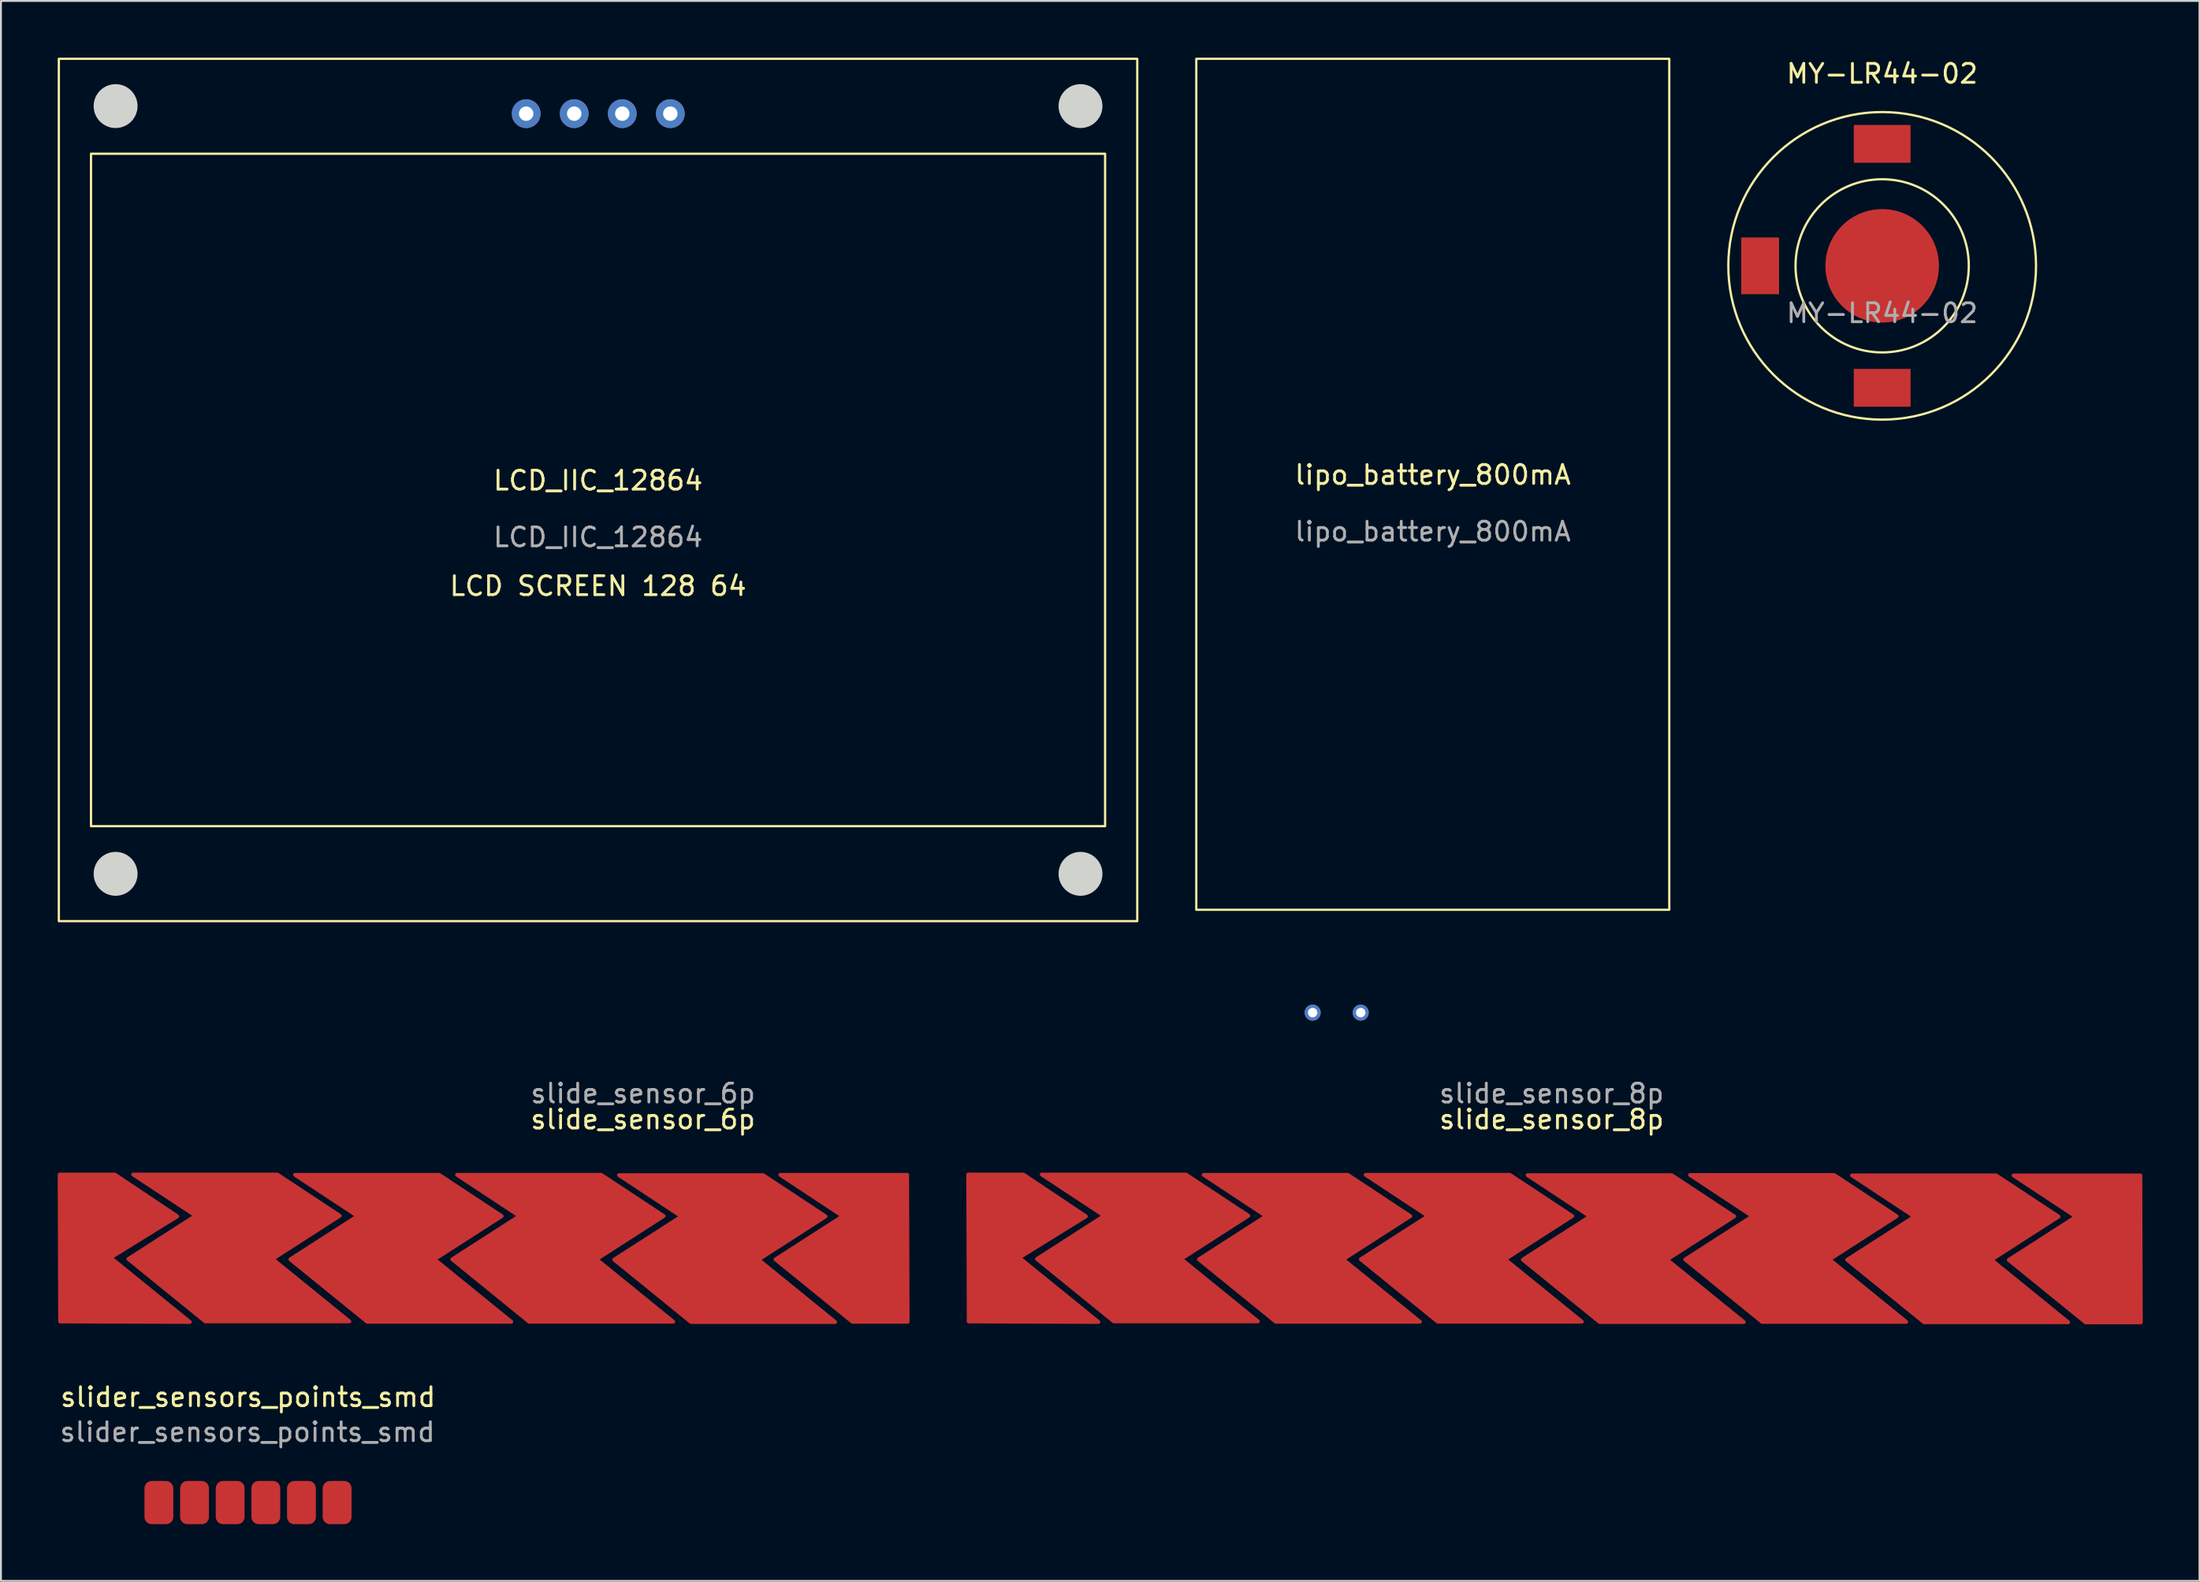
<source format=kicad_pcb>
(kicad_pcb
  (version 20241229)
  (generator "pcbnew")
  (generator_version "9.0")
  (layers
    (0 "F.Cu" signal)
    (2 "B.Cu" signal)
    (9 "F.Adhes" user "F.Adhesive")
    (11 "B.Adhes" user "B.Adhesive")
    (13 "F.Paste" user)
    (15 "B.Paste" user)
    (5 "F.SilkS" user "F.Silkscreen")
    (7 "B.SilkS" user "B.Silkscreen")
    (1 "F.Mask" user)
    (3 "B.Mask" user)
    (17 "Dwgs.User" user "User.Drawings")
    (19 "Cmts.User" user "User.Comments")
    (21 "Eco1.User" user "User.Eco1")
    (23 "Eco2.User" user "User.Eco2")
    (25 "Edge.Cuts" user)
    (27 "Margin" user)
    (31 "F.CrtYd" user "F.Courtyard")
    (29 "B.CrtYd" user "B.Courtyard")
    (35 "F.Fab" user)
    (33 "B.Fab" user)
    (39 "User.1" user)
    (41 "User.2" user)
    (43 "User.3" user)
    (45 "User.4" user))
  (footprint "lipo_battery_800mA"
    (layer "F.Cu")
    (at 72.68 22.56)
    (property "Reference" "lipo_battery_800mA" (at 0 -0.5 0) (unlocked yes) (layer "F.SilkS") (effects (font (size 1 1) (thickness 0.15))))
    (attr smd)
    (fp_rect (start -12.5 -22.5) (end 12.5 22.5) (stroke (width 0.12) (type solid)) (fill no) (layer "F.SilkS"))
    (fp_text user "${REFERENCE}" (at 0 2.5 0) (unlocked yes) (layer "F.Fab") (effects (font (size 1 1) (thickness 0.15))))
    (pad "1" thru_hole oval (at -6.35 27.94) (size 0.85 0.85) (drill 0.5) (layers "*.Cu" "*.Mask"))
    (pad "2" thru_hole oval (at -3.81 27.94) (size 0.85 0.85) (drill 0.5) (layers "*.Cu" "*.Mask")))
  (footprint "LCD_IIC_12864"
    (layer "F.Cu")
    (at 28.56 22.86)
    (property "Reference" "LCD_IIC_12864" (at 0 -0.5 0) (unlocked yes) (layer "F.SilkS") (effects (font (size 1 1) (thickness 0.15))))
    (attr through_hole)
    (fp_rect (start -28.5 -22.8) (end 28.5 22.8) (stroke (width 0.12) (type solid)) (fill no) (layer "F.SilkS"))
    (fp_rect (start -26.8 -17.78) (end 26.8 17.78) (stroke (width 0.12) (type solid)) (fill no) (layer "F.SilkS"))
    (fp_circle (center -25.5 -20.3) (end -24.4 -20.3) (stroke (width 0.12) (type solid)) (fill yes) (layer "Edge.Cuts"))
    (fp_circle (center -25.5 20.3) (end -24.4 20.3) (stroke (width 0.12) (type solid)) (fill yes) (layer "Edge.Cuts"))
    (fp_circle (center 25.5 -20.3) (end 26.6 -20.3) (stroke (width 0.12) (type solid)) (fill yes) (layer "Edge.Cuts"))
    (fp_circle (center 25.5 20.3) (end 26.6 20.3) (stroke (width 0.12) (type solid)) (fill yes) (layer "Edge.Cuts"))
    (fp_text user "LCD SCREEN 128 64" (at 0 5.08 0) (unlocked yes) (layer "F.SilkS") (effects (font (size 1 1) (thickness 0.15))))
    (fp_text user "${REFERENCE}" (at 0 2.5 0) (unlocked yes) (layer "F.Fab") (effects (font (size 1 1) (thickness 0.15))))
    (pad "1" thru_hole circle (at -3.8 -19.9) (size 1.524 1.524) (drill 0.762) (layers "*.Cu" "*.Mask"))
    (pad "2" thru_hole circle (at -1.26 -19.9) (size 1.524 1.524) (drill 0.762) (layers "*.Cu" "*.Mask"))
    (pad "3" thru_hole circle (at 3.82 -19.9) (size 1.524 1.524) (drill 0.762) (layers "*.Cu" "*.Mask"))
    (pad "4" thru_hole circle (at 1.28 -19.9) (size 1.524 1.524) (drill 0.762) (layers "*.Cu" "*.Mask")))
  (footprint "slider_sensors_points_smd"
    (layer "F.Cu")
    (at 10.07 76.399)
    (property "Reference" "slider_sensors_points_smd" (at -0.01 -5.57 0) (unlocked yes) (layer "F.SilkS") (effects (font (size 1 1) (thickness 0.15))))
    (attr smd)
    (fp_text user "${REFERENCE}" (at -0.04 -3.72 0) (unlocked yes) (layer "F.Fab") (effects (font (size 1 1) (thickness 0.15))))
    (pad "1" smd roundrect (at -4.722 0.01 90) (size 2.286 1.524) (layers "F.Cu" "F.Mask" "F.Paste") (roundrect_rratio 0.25))
    (pad "2" smd roundrect (at -2.838 0.01 90) (size 2.286 1.524) (layers "F.Cu" "F.Mask" "F.Paste") (roundrect_rratio 0.25))
    (pad "3" smd roundrect (at -0.954 0.01 90) (size 2.286 1.524) (layers "F.Cu" "F.Mask" "F.Paste") (roundrect_rratio 0.25))
    (pad "4" smd roundrect (at 0.93 0.01 90) (size 2.286 1.524) (layers "F.Cu" "F.Mask" "F.Paste") (roundrect_rratio 0.25))
    (pad "5" smd roundrect (at 2.814 0.01 90) (size 2.286 1.524) (layers "F.Cu" "F.Mask" "F.Paste") (roundrect_rratio 0.25))
    (pad "6" smd roundrect (at 4.698 0.01 90) (size 2.286 1.524) (layers "F.Cu" "F.Mask" "F.Paste") (roundrect_rratio 0.25)))
  (footprint "slide_sensor_6p"
    (layer "F.Cu")
    (at 30.885 64.273)
    (property "Reference" "slide_sensor_6p" (at 0.051 -8.128 0) (unlocked yes) (layer "F.SilkS") (effects (font (size 1 1) (thickness 0.15))))
    (attr smd)
    (fp_poly (pts (xy -30.785 -5.211) (xy -27.864 -5.211) (xy -24.562 -3.001) (xy -28.092 -0.817) (xy -23.901 2.587) (xy -30.759 2.561)) (stroke (width 0.2) (type solid)) (fill yes) (layer "F.Cu"))
    (fp_poly (pts (xy 14.039 2.577) (xy 11.118 2.577) (xy 7.054 -0.725) (xy 10.61 -3.011) (xy 7.308 -5.196) (xy 14.014 -5.196)) (stroke (width 0.2) (type solid)) (fill yes) (layer "F.Cu"))
    (fp_poly (pts (xy -15.976 -3.032) (xy -19.532 -0.746) (xy -15.468 2.556) (xy -23.088 2.556) (xy -27.152 -0.746) (xy -23.596 -3.032) (xy -26.898 -5.213) (xy -19.278 -5.213)) (stroke (width 0.2) (type solid)) (fill yes) (layer "F.Cu"))
    (fp_poly (pts (xy -7.417 -3.013) (xy -10.973 -0.727) (xy -6.909 2.575) (xy -14.529 2.575) (xy -18.593 -0.727) (xy -15.037 -3.013) (xy -18.339 -5.194) (xy -10.719 -5.194)) (stroke (width 0.2) (type solid)) (fill yes) (layer "F.Cu"))
    (fp_poly (pts (xy 1.144 -3.016) (xy -2.412 -0.73) (xy 1.652 2.572) (xy -5.968 2.572) (xy -10.032 -0.73) (xy -6.476 -3.016) (xy -9.778 -5.197) (xy -2.158 -5.197)) (stroke (width 0.2) (type solid)) (fill yes) (layer "F.Cu"))
    (fp_poly (pts (xy 9.703 -2.997) (xy 6.147 -0.711) (xy 10.211 2.591) (xy 2.591 2.591) (xy -1.473 -0.711) (xy 2.083 -2.997) (xy -1.219 -5.179) (xy 6.401 -5.179)) (stroke (width 0.2) (type solid)) (fill yes) (layer "F.Cu"))
    (fp_text user "${REFERENCE}" (at 0.051 -9.5 0) (unlocked yes) (layer "F.Fab") (effects (font (size 1 1) (thickness 0.15))))
    (pad "1" connect roundrect (at -29.464 -2.819) (size 2.286 1.524) (property pad_prop_fiducial_loc) (layers "F.Cu") (roundrect_rratio 0.25))
    (pad "2" connect roundrect (at -22.225 -2.87) (size 2.286 1.524) (property pad_prop_fiducial_loc) (layers "F.Cu") (roundrect_rratio 0.25))
    (pad "3" connect roundrect (at -14.072 -2.946) (size 2.286 1.524) (property pad_prop_fiducial_loc) (layers "F.Cu") (roundrect_rratio 0.25))
    (pad "4" connect roundrect (at -4.953 -2.972) (size 2.286 1.524) (property pad_prop_fiducial_loc) (layers "F.Cu") (roundrect_rratio 0.25))
    (pad "5" connect roundrect (at 3.404 -3.023) (size 2.286 1.524) (property pad_prop_fiducial_loc) (layers "F.Cu") (roundrect_rratio 0.25))
    (pad "6" connect roundrect (at 12.344 -3.302) (size 2.286 1.524) (property pad_prop_fiducial_loc) (layers "F.Cu") (roundrect_rratio 0.25)))
  (footprint "slide_sensor_8p"
    (layer "F.Cu")
    (at 78.909 64.273)
    (property "Reference" "slide_sensor_8p" (at 0.051 -8.128 0) (unlocked yes) (layer "F.SilkS") (effects (font (size 1 1) (thickness 0.15))))
    (attr smd)
    (fp_poly (pts (xy -30.785 -5.211) (xy -27.864 -5.211) (xy -24.562 -3.001) (xy -28.092 -0.817) (xy -23.901 2.587) (xy -30.759 2.561)) (stroke (width 0.2) (type solid)) (fill yes) (layer "F.Cu"))
    (fp_poly (pts (xy 31.197 2.608) (xy 28.276 2.608) (xy 24.212 -0.694) (xy 27.768 -2.98) (xy 24.466 -5.164) (xy 31.172 -5.164)) (stroke (width 0.2) (type solid)) (fill yes) (layer "F.Cu"))
    (fp_poly (pts (xy -15.976 -3.032) (xy -19.532 -0.746) (xy -15.468 2.556) (xy -23.088 2.556) (xy -27.152 -0.746) (xy -23.596 -3.032) (xy -26.898 -5.213) (xy -19.278 -5.213)) (stroke (width 0.2) (type solid)) (fill yes) (layer "F.Cu"))
    (fp_poly (pts (xy -7.417 -3.013) (xy -10.973 -0.727) (xy -6.909 2.575) (xy -14.529 2.575) (xy -18.593 -0.727) (xy -15.037 -3.013) (xy -18.339 -5.194) (xy -10.719 -5.194)) (stroke (width 0.2) (type solid)) (fill yes) (layer "F.Cu"))
    (fp_poly (pts (xy 1.144 -3.016) (xy -2.412 -0.73) (xy 1.652 2.572) (xy -5.968 2.572) (xy -10.032 -0.73) (xy -6.476 -3.016) (xy -9.778 -5.197) (xy -2.158 -5.197)) (stroke (width 0.2) (type solid)) (fill yes) (layer "F.Cu"))
    (fp_poly (pts (xy 9.703 -2.997) (xy 6.147 -0.711) (xy 10.211 2.591) (xy 2.591 2.591) (xy -1.473 -0.711) (xy 2.083 -2.997) (xy -1.219 -5.179) (xy 6.401 -5.179)) (stroke (width 0.2) (type solid)) (fill yes) (layer "F.Cu"))
    (fp_poly (pts (xy 18.289 -3.006) (xy 14.733 -0.72) (xy 18.797 2.582) (xy 11.177 2.582) (xy 7.113 -0.72) (xy 10.669 -3.006) (xy 7.367 -5.188) (xy 14.987 -5.188)) (stroke (width 0.2) (type solid)) (fill yes) (layer "F.Cu"))
    (fp_poly (pts (xy 26.848 -2.987) (xy 23.292 -0.701) (xy 27.356 2.601) (xy 19.736 2.601) (xy 15.672 -0.701) (xy 19.228 -2.987) (xy 15.926 -5.169) (xy 23.546 -5.169)) (stroke (width 0.2) (type solid)) (fill yes) (layer "F.Cu"))
    (fp_text user "${REFERENCE}" (at 0.051 -9.5 0) (unlocked yes) (layer "F.Fab") (effects (font (size 1 1) (thickness 0.15))))
    (pad "1" connect roundrect (at -29.464 -2.819) (size 2.286 1.524) (property pad_prop_fiducial_loc) (layers "F.Cu") (roundrect_rratio 0.25))
    (pad "2" connect roundrect (at -22.225 -2.87) (size 2.286 1.524) (property pad_prop_fiducial_loc) (layers "F.Cu") (roundrect_rratio 0.25))
    (pad "3" connect roundrect (at -14.072 -2.946) (size 2.286 1.524) (property pad_prop_fiducial_loc) (layers "F.Cu") (roundrect_rratio 0.25))
    (pad "4" connect roundrect (at -4.953 -2.972) (size 2.286 1.524) (property pad_prop_fiducial_loc) (layers "F.Cu") (roundrect_rratio 0.25))
    (pad "5" connect roundrect (at 3.404 -3.023) (size 2.286 1.524) (property pad_prop_fiducial_loc) (layers "F.Cu") (roundrect_rratio 0.25))
    (pad "6" connect roundrect (at 12.319 -2.921) (size 2.286 1.524) (property pad_prop_fiducial_loc) (layers "F.Cu") (roundrect_rratio 0.25))
    (pad "7" connect roundrect (at 20.32 -2.972) (size 2.286 1.524) (property pad_prop_fiducial_loc) (layers "F.Cu") (roundrect_rratio 0.25))
    (pad "8" connect roundrect (at 28.854 -2.946) (size 2.286 1.524) (property pad_prop_fiducial_loc) (layers "F.Cu") (roundrect_rratio 0.25)))
  (footprint "MY-LR44-02"
    (layer "F.Cu")
    (at 96.432 11.008)
    (property "Reference" "MY-LR44-02" (at 0 -10.16 0) (unlocked yes) (layer "F.SilkS") (effects (font (size 1 1) (thickness 0.15))))
    (attr smd)
    (fp_circle (center 0 0) (end 2.54 -3.81) (stroke (width 0.12) (type solid)) (fill no) (layer "F.SilkS"))
    (fp_circle (center 0 0) (end 5.08 -6.35) (stroke (width 0.12) (type solid)) (fill no) (layer "F.SilkS"))
    (fp_text user "${REFERENCE}" (at 0 2.5 0) (unlocked yes) (layer "F.Fab") (effects (font (size 1 1) (thickness 0.15))))
    (pad "1" smd circle (at 0 0) (size 6 6) (layers "F.Cu" "F.Mask" "F.Paste"))
    (pad "2" smd rect (at -6.45 0 90) (size 3 2) (layers "F.Cu" "F.Mask" "F.Paste"))
    (pad "2" smd rect (at 0 -6.45) (size 3 2) (layers "F.Cu" "F.Mask" "F.Paste"))
    (pad "2" smd rect (at 0 6.45) (size 3 2) (layers "F.Cu" "F.Mask" "F.Paste")))
  (gr_rect
    (start -3 -3)
    (end 113.206 80.552)
    (stroke (width 0.1) (type default))
    (fill no)
    (layer "Edge.Cuts")))
</source>
